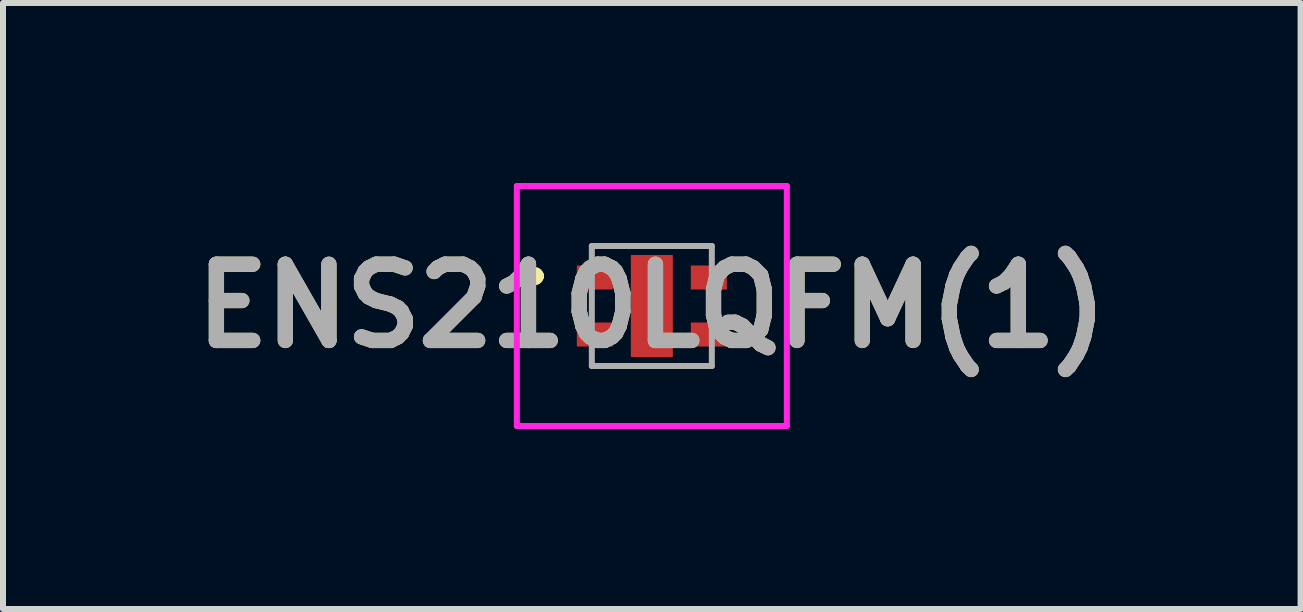
<source format=kicad_pcb>
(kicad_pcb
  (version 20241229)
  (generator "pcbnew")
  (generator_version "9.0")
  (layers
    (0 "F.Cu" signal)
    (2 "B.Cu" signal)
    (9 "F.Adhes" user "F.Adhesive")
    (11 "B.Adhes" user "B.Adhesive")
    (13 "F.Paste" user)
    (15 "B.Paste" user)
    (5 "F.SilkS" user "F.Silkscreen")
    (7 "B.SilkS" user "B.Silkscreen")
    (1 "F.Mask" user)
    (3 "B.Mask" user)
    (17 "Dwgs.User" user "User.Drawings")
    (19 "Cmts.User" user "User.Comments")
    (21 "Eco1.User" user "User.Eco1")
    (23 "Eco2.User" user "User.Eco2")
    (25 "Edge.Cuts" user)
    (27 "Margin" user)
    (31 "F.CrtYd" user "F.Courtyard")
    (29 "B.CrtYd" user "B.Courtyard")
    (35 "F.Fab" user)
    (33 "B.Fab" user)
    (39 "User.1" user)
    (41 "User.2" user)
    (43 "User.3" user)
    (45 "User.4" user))
  (footprint "ENS210LQFM(1)"
    (layer "F.Cu")
    (at 7.814 2.05)
    (property "Reference" "ENS210LQFM(1)" (at 0 0 0) (layer "F.SilkS") (effects (font (size 1.27 1.27) (thickness 0.254))))
    (attr smd)
    (fp_line (start -2 -0.5) (end -2 -0.5) (stroke (width 0.2) (type solid)) (layer "F.SilkS"))
    (fp_line (start -2 -0.5) (end -2 -0.5) (stroke (width 0.2) (type solid)) (layer "F.SilkS"))
    (fp_line (start -1.9 -0.5) (end -1.9 -0.5) (stroke (width 0.2) (type solid)) (layer "F.SilkS"))
    (fp_arc (start -2 -0.5) (mid -1.95 -0.55) (end -1.9 -0.5) (stroke (width 0.2) (type solid)) (layer "F.SilkS"))
    (fp_arc (start -1.9 -0.5) (mid -1.95 -0.45) (end -2 -0.5) (stroke (width 0.2) (type solid)) (layer "F.SilkS"))
    (fp_arc (start -1.9 -0.5) (mid -1.95 -0.45) (end -2 -0.5) (stroke (width 0.2) (type solid)) (layer "F.SilkS"))
    (fp_line (start -2.25 -2) (end 2.25 -2) (stroke (width 0.1) (type solid)) (layer "F.CrtYd"))
    (fp_line (start -2.25 2) (end -2.25 -2) (stroke (width 0.1) (type solid)) (layer "F.CrtYd"))
    (fp_line (start 2.25 -2) (end 2.25 2) (stroke (width 0.1) (type solid)) (layer "F.CrtYd"))
    (fp_line (start 2.25 2) (end -2.25 2) (stroke (width 0.1) (type solid)) (layer "F.CrtYd"))
    (fp_line (start -1 -1) (end -1 1) (stroke (width 0.1) (type solid)) (layer "F.Fab"))
    (fp_line (start -1 1) (end 1 1) (stroke (width 0.1) (type solid)) (layer "F.Fab"))
    (fp_line (start 1 -1) (end -1 -1) (stroke (width 0.1) (type solid)) (layer "F.Fab"))
    (fp_line (start 1 1) (end 1 -1) (stroke (width 0.1) (type solid)) (layer "F.Fab"))
    (fp_text user "${REFERENCE}" (at 0 0 0) (layer "F.Fab") (effects (font (size 1.27 1.27) (thickness 0.254))))
    (pad "1" smd rect (at -0.95 -0.475 90) (size 0.4 0.6) (layers "F.Cu" "F.Mask" "F.Paste"))
    (pad "2" smd rect (at -0.95 0.475 90) (size 0.4 0.6) (layers "F.Cu" "F.Mask" "F.Paste"))
    (pad "3" smd rect (at 0.95 0.475 90) (size 0.4 0.6) (layers "F.Cu" "F.Mask" "F.Paste"))
    (pad "4" smd rect (at 0.95 -0.475 90) (size 0.4 0.6) (layers "F.Cu" "F.Mask" "F.Paste"))
    (pad "5" smd rect (at 0 0) (size 0.7 1.7) (layers "F.Cu" "F.Mask" "F.Paste")))
  (gr_rect
    (start -3 -3)
    (end 18.627 7.1)
    (stroke (width 0.1) (type default))
    (fill no)
    (layer "Edge.Cuts")))
</source>
